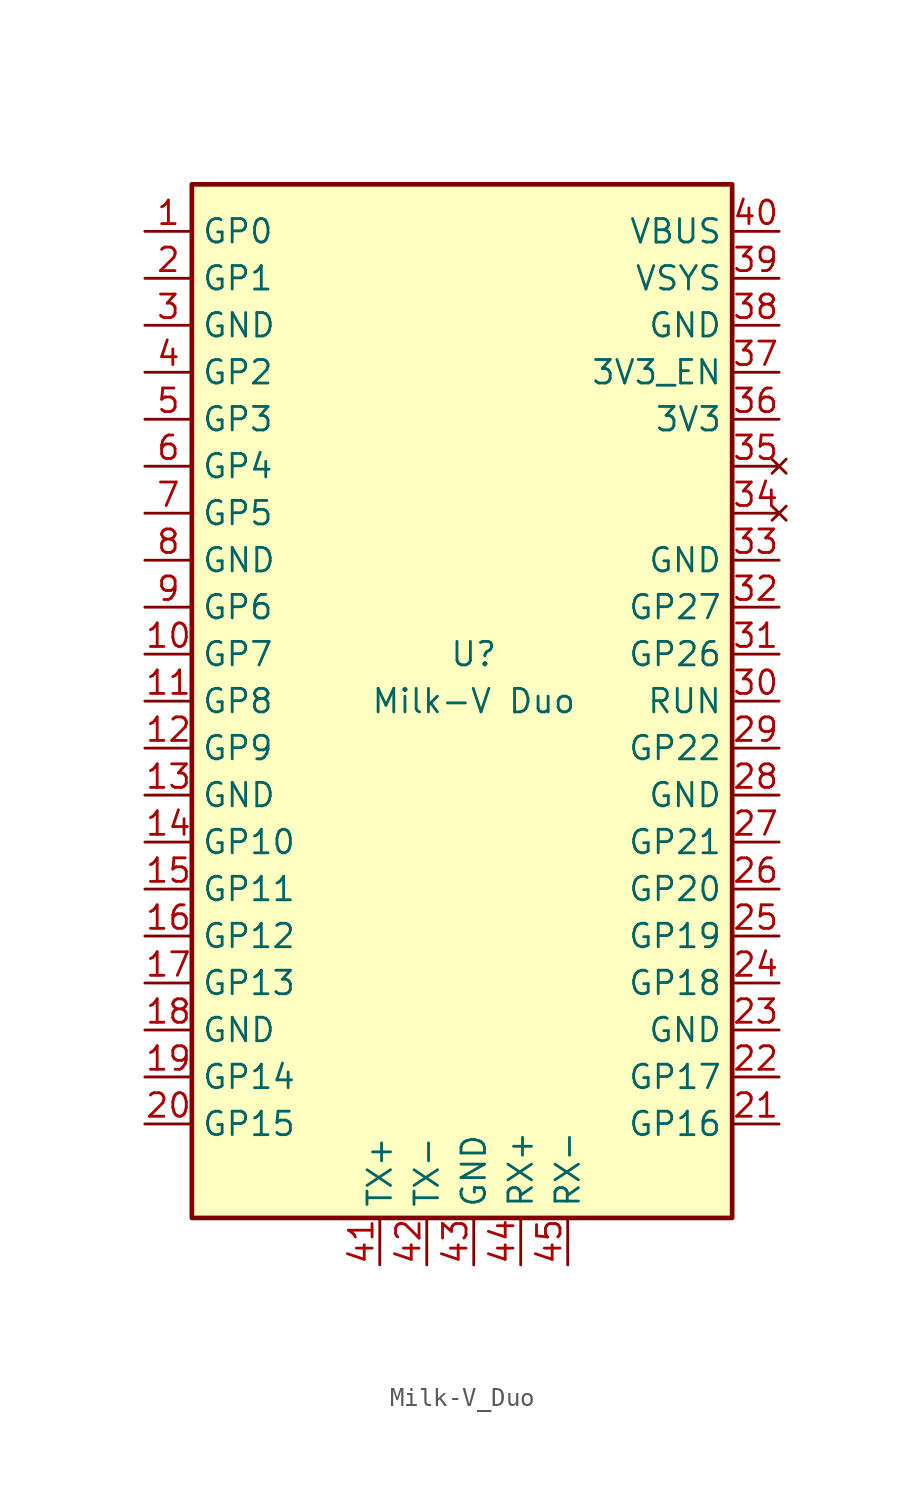
<source format=kicad_sym>
(kicad_symbol_lib
  (version 20231120)
  (generator "kicad_symbol_editor")
  (generator_version "8.0")
  (symbol "Milk-V_Duo"
    (property "Reference" "U"
      (at 0 1.27 0)
      (effects (font (size 1.27 1.27))))
    (property "Value" "Milk-V Duo"
      (at 0 -1.27 0)
      (effects (font (size 1.27 1.27))))
    (symbol "Milk-V_Duo_0_1"
      (rectangle (start -15.24 26.67) (end 13.97 -29.21) (stroke (width 0.254) (type default)) (fill (type background))))
    (symbol "Milk-V_Duo_1_1"
      (pin passive line (at -17.78 24.13 0) (length 2.54) (name "GP0" (effects (font (size 1.27 1.27)))) (number "1" (effects (font (size 1.27 1.27)))))
      (pin passive line (at -17.78 1.27 0) (length 2.54) (name "GP7" (effects (font (size 1.27 1.27)))) (number "10" (effects (font (size 1.27 1.27)))))
      (pin passive line (at -17.78 -1.27 0) (length 2.54) (name "GP8" (effects (font (size 1.27 1.27)))) (number "11" (effects (font (size 1.27 1.27)))))
      (pin passive line (at -17.78 -3.81 0) (length 2.54) (name "GP9" (effects (font (size 1.27 1.27)))) (number "12" (effects (font (size 1.27 1.27)))))
      (pin passive line (at -17.78 -6.35 0) (length 2.54) (name "GND" (effects (font (size 1.27 1.27)))) (number "13" (effects (font (size 1.27 1.27)))))
      (pin passive line (at -17.78 -8.89 0) (length 2.54) (name "GP10" (effects (font (size 1.27 1.27)))) (number "14" (effects (font (size 1.27 1.27)))))
      (pin passive line (at -17.78 -11.43 0) (length 2.54) (name "GP11" (effects (font (size 1.27 1.27)))) (number "15" (effects (font (size 1.27 1.27)))))
      (pin passive line (at -17.78 -13.97 0) (length 2.54) (name "GP12" (effects (font (size 1.27 1.27)))) (number "16" (effects (font (size 1.27 1.27)))))
      (pin passive line (at -17.78 -16.51 0) (length 2.54) (name "GP13" (effects (font (size 1.27 1.27)))) (number "17" (effects (font (size 1.27 1.27)))))
      (pin passive line (at -17.78 -19.05 0) (length 2.54) (name "GND" (effects (font (size 1.27 1.27)))) (number "18" (effects (font (size 1.27 1.27)))))
      (pin passive line (at -17.78 -21.59 0) (length 2.54) (name "GP14" (effects (font (size 1.27 1.27)))) (number "19" (effects (font (size 1.27 1.27)))))
      (pin passive line (at -17.78 21.59 0) (length 2.54) (name "GP1" (effects (font (size 1.27 1.27)))) (number "2" (effects (font (size 1.27 1.27)))))
      (pin passive line (at -17.78 -24.13 0) (length 2.54) (name "GP15" (effects (font (size 1.27 1.27)))) (number "20" (effects (font (size 1.27 1.27)))))
      (pin passive line (at 16.51 -24.13 180) (length 2.54) (name "GP16" (effects (font (size 1.27 1.27)))) (number "21" (effects (font (size 1.27 1.27)))))
      (pin passive line (at 16.51 -21.59 180) (length 2.54) (name "GP17" (effects (font (size 1.27 1.27)))) (number "22" (effects (font (size 1.27 1.27)))))
      (pin passive line (at 16.51 -19.05 180) (length 2.54) (name "GND" (effects (font (size 1.27 1.27)))) (number "23" (effects (font (size 1.27 1.27)))))
      (pin passive line (at 16.51 -16.51 180) (length 2.54) (name "GP18" (effects (font (size 1.27 1.27)))) (number "24" (effects (font (size 1.27 1.27)))))
      (pin passive line (at 16.51 -13.97 180) (length 2.54) (name "GP19" (effects (font (size 1.27 1.27)))) (number "25" (effects (font (size 1.27 1.27)))))
      (pin passive line (at 16.51 -11.43 180) (length 2.54) (name "GP20" (effects (font (size 1.27 1.27)))) (number "26" (effects (font (size 1.27 1.27)))))
      (pin passive line (at 16.51 -8.89 180) (length 2.54) (name "GP21" (effects (font (size 1.27 1.27)))) (number "27" (effects (font (size 1.27 1.27)))))
      (pin passive line (at 16.51 -6.35 180) (length 2.54) (name "GND" (effects (font (size 1.27 1.27)))) (number "28" (effects (font (size 1.27 1.27)))))
      (pin passive line (at 16.51 -3.81 180) (length 2.54) (name "GP22" (effects (font (size 1.27 1.27)))) (number "29" (effects (font (size 1.27 1.27)))))
      (pin passive line (at -17.78 19.05 0) (length 2.54) (name "GND" (effects (font (size 1.27 1.27)))) (number "3" (effects (font (size 1.27 1.27)))))
      (pin passive line (at 16.51 -1.27 180) (length 2.54) (name "RUN" (effects (font (size 1.27 1.27)))) (number "30" (effects (font (size 1.27 1.27)))))
      (pin passive line (at 16.51 1.27 180) (length 2.54) (name "GP26" (effects (font (size 1.27 1.27)))) (number "31" (effects (font (size 1.27 1.27)))))
      (pin passive line (at 16.51 3.81 180) (length 2.54) (name "GP27" (effects (font (size 1.27 1.27)))) (number "32" (effects (font (size 1.27 1.27)))))
      (pin passive line (at 16.51 6.35 180) (length 2.54) (name "GND" (effects (font (size 1.27 1.27)))) (number "33" (effects (font (size 1.27 1.27)))))
      (pin no_connect line (at 16.51 8.89 180) (length 2.54) (name "" (effects (font (size 1.27 1.27)))) (number "34" (effects (font (size 1.27 1.27)))))
      (pin no_connect line (at 16.51 11.43 180) (length 2.54) (name "" (effects (font (size 1.27 1.27)))) (number "35" (effects (font (size 1.27 1.27)))))
      (pin passive line (at 16.51 13.97 180) (length 2.54) (name "3V3" (effects (font (size 1.27 1.27)))) (number "36" (effects (font (size 1.27 1.27)))))
      (pin passive line (at 16.51 16.51 180) (length 2.54) (name "3V3_EN" (effects (font (size 1.27 1.27)))) (number "37" (effects (font (size 1.27 1.27)))))
      (pin passive line (at 16.51 19.05 180) (length 2.54) (name "GND" (effects (font (size 1.27 1.27)))) (number "38" (effects (font (size 1.27 1.27)))))
      (pin passive line (at 16.51 21.59 180) (length 2.54) (name "VSYS" (effects (font (size 1.27 1.27)))) (number "39" (effects (font (size 1.27 1.27)))))
      (pin passive line (at -17.78 16.51 0) (length 2.54) (name "GP2" (effects (font (size 1.27 1.27)))) (number "4" (effects (font (size 1.27 1.27)))))
      (pin passive line (at 16.51 24.13 180) (length 2.54) (name "VBUS" (effects (font (size 1.27 1.27)))) (number "40" (effects (font (size 1.27 1.27)))))
      (pin passive line (at -5.08 -31.75 90) (length 2.54) (name "TX+" (effects (font (size 1.27 1.27)))) (number "41" (effects (font (size 1.27 1.27)))))
      (pin passive line (at -2.54 -31.75 90) (length 2.54) (name "TX-" (effects (font (size 1.27 1.27)))) (number "42" (effects (font (size 1.27 1.27)))))
      (pin passive line (at 0 -31.75 90) (length 2.54) (name "GND" (effects (font (size 1.27 1.27)))) (number "43" (effects (font (size 1.27 1.27)))))
      (pin passive line (at 2.54 -31.75 90) (length 2.54) (name "RX+" (effects (font (size 1.27 1.27)))) (number "44" (effects (font (size 1.27 1.27)))))
      (pin passive line (at 5.08 -31.75 90) (length 2.54) (name "RX-" (effects (font (size 1.27 1.27)))) (number "45" (effects (font (size 1.27 1.27)))))
      (pin passive line (at -17.78 13.97 0) (length 2.54) (name "GP3" (effects (font (size 1.27 1.27)))) (number "5" (effects (font (size 1.27 1.27)))))
      (pin passive line (at -17.78 11.43 0) (length 2.54) (name "GP4" (effects (font (size 1.27 1.27)))) (number "6" (effects (font (size 1.27 1.27)))))
      (pin passive line (at -17.78 8.89 0) (length 2.54) (name "GP5" (effects (font (size 1.27 1.27)))) (number "7" (effects (font (size 1.27 1.27)))))
      (pin passive line (at -17.78 6.35 0) (length 2.54) (name "GND" (effects (font (size 1.27 1.27)))) (number "8" (effects (font (size 1.27 1.27)))))
      (pin passive line (at -17.78 3.81 0) (length 2.54) (name "GP6" (effects (font (size 1.27 1.27)))) (number "9" (effects (font (size 1.27 1.27))))))))
</source>
